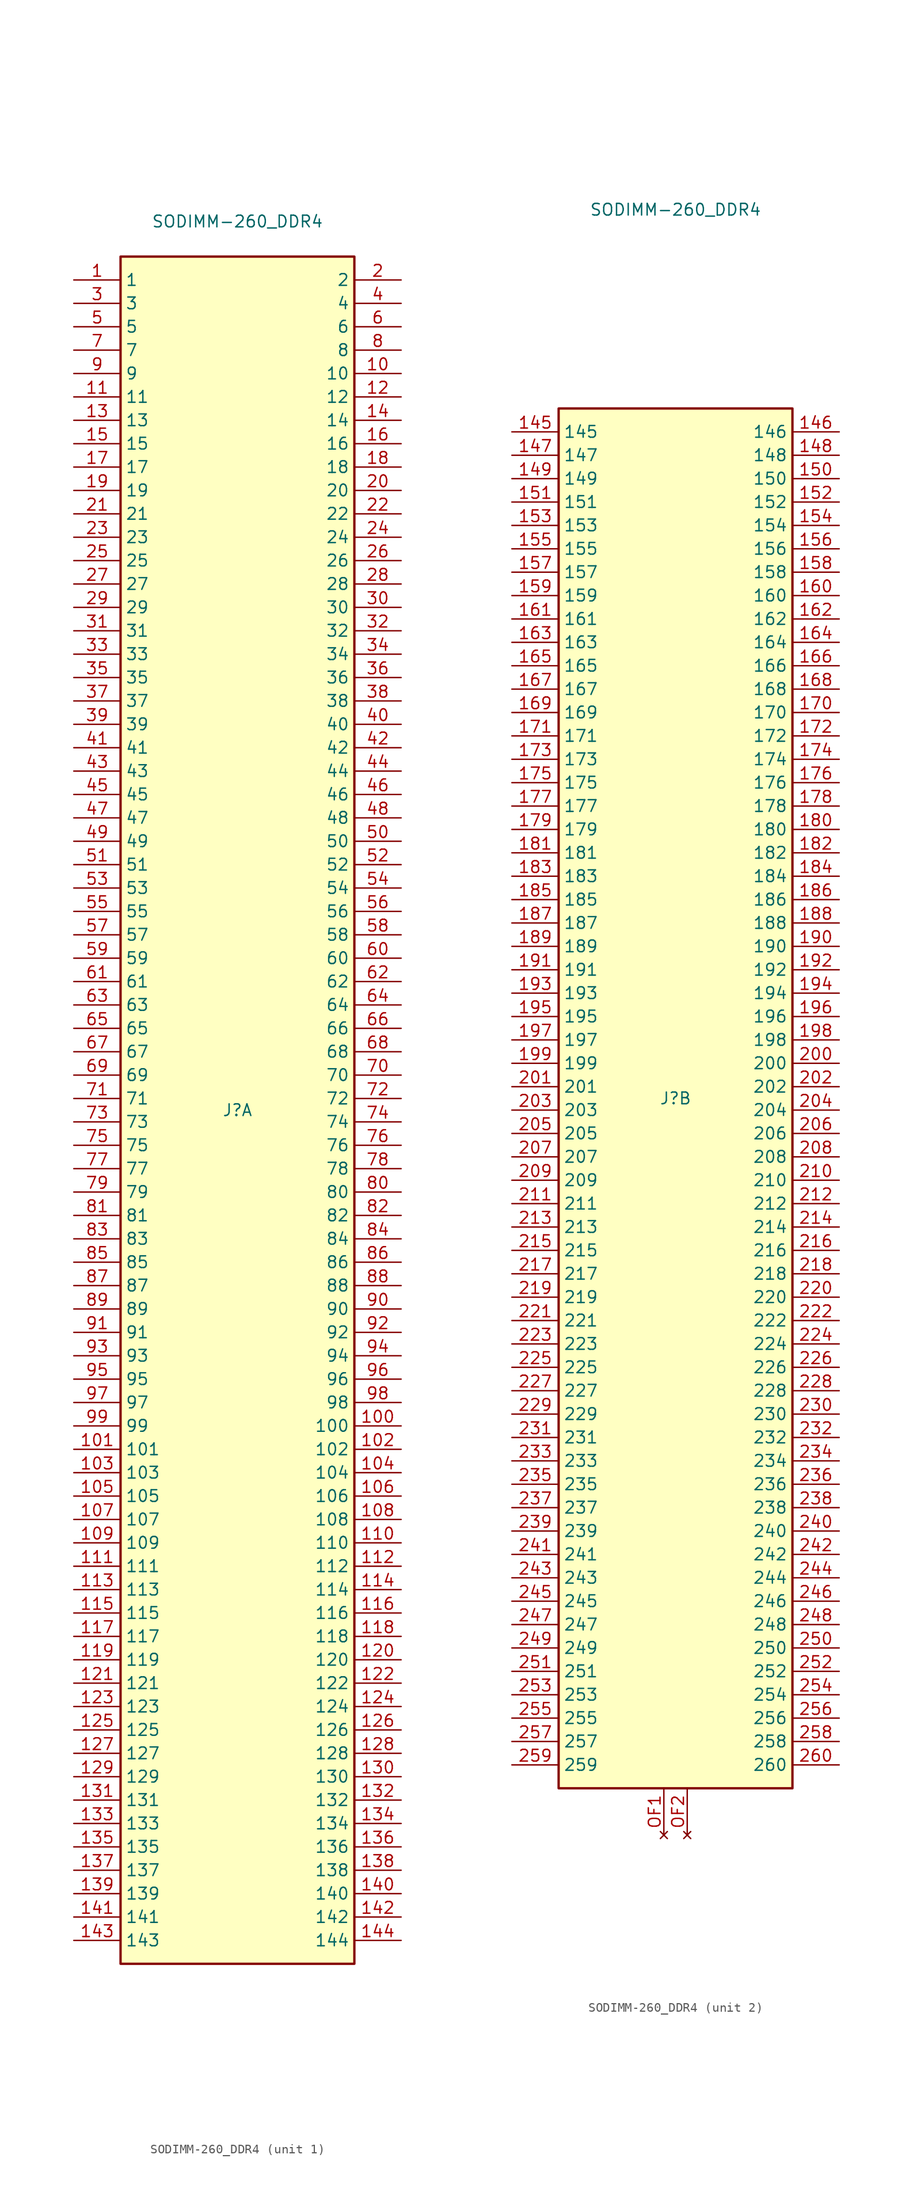
<source format=kicad_sym>
(kicad_symbol_lib
  (version 20231120)
  (generator "kicad_symbol_editor")
  (generator_version "8.0")
  (symbol "SODIMM-260_DDR4"
    (property "Reference" "J"
      (at 0 0 0)
      (effects (font (size 1.27 1.27))))
    (property "Value" "SODIMM-260_DDR4"
      (at 0 96.52 0)
      (effects (font (size 1.27 1.27))))
    (property "ki_locked" ""
      (at 0 0 0)
      (effects (font (size 1.27 1.27))))
    (symbol "SODIMM-260_DDR4_1_1"
      (rectangle (start -12.7 92.71) (end 12.7 -92.71) (stroke (width 0.254) (type default)) (fill (type background)))
      (pin passive line (at -17.78 90.17 0) (length 5.08) (name "1" (effects (font (size 1.27 1.27)))) (number "1" (effects (font (size 1.27 1.27)))))
      (pin passive line (at 17.78 80.01 180) (length 5.08) (name "10" (effects (font (size 1.27 1.27)))) (number "10" (effects (font (size 1.27 1.27)))))
      (pin passive line (at 17.78 -34.29 180) (length 5.08) (name "100" (effects (font (size 1.27 1.27)))) (number "100" (effects (font (size 1.27 1.27)))))
      (pin passive line (at -17.78 -36.83 0) (length 5.08) (name "101" (effects (font (size 1.27 1.27)))) (number "101" (effects (font (size 1.27 1.27)))))
      (pin passive line (at 17.78 -36.83 180) (length 5.08) (name "102" (effects (font (size 1.27 1.27)))) (number "102" (effects (font (size 1.27 1.27)))))
      (pin passive line (at -17.78 -39.37 0) (length 5.08) (name "103" (effects (font (size 1.27 1.27)))) (number "103" (effects (font (size 1.27 1.27)))))
      (pin passive line (at 17.78 -39.37 180) (length 5.08) (name "104" (effects (font (size 1.27 1.27)))) (number "104" (effects (font (size 1.27 1.27)))))
      (pin passive line (at -17.78 -41.91 0) (length 5.08) (name "105" (effects (font (size 1.27 1.27)))) (number "105" (effects (font (size 1.27 1.27)))))
      (pin passive line (at 17.78 -41.91 180) (length 5.08) (name "106" (effects (font (size 1.27 1.27)))) (number "106" (effects (font (size 1.27 1.27)))))
      (pin passive line (at -17.78 -44.45 0) (length 5.08) (name "107" (effects (font (size 1.27 1.27)))) (number "107" (effects (font (size 1.27 1.27)))))
      (pin passive line (at 17.78 -44.45 180) (length 5.08) (name "108" (effects (font (size 1.27 1.27)))) (number "108" (effects (font (size 1.27 1.27)))))
      (pin passive line (at -17.78 -46.99 0) (length 5.08) (name "109" (effects (font (size 1.27 1.27)))) (number "109" (effects (font (size 1.27 1.27)))))
      (pin passive line (at -17.78 77.47 0) (length 5.08) (name "11" (effects (font (size 1.27 1.27)))) (number "11" (effects (font (size 1.27 1.27)))))
      (pin passive line (at 17.78 -46.99 180) (length 5.08) (name "110" (effects (font (size 1.27 1.27)))) (number "110" (effects (font (size 1.27 1.27)))))
      (pin passive line (at -17.78 -49.53 0) (length 5.08) (name "111" (effects (font (size 1.27 1.27)))) (number "111" (effects (font (size 1.27 1.27)))))
      (pin passive line (at 17.78 -49.53 180) (length 5.08) (name "112" (effects (font (size 1.27 1.27)))) (number "112" (effects (font (size 1.27 1.27)))))
      (pin passive line (at -17.78 -52.07 0) (length 5.08) (name "113" (effects (font (size 1.27 1.27)))) (number "113" (effects (font (size 1.27 1.27)))))
      (pin passive line (at 17.78 -52.07 180) (length 5.08) (name "114" (effects (font (size 1.27 1.27)))) (number "114" (effects (font (size 1.27 1.27)))))
      (pin passive line (at -17.78 -54.61 0) (length 5.08) (name "115" (effects (font (size 1.27 1.27)))) (number "115" (effects (font (size 1.27 1.27)))))
      (pin passive line (at 17.78 -54.61 180) (length 5.08) (name "116" (effects (font (size 1.27 1.27)))) (number "116" (effects (font (size 1.27 1.27)))))
      (pin passive line (at -17.78 -57.15 0) (length 5.08) (name "117" (effects (font (size 1.27 1.27)))) (number "117" (effects (font (size 1.27 1.27)))))
      (pin passive line (at 17.78 -57.15 180) (length 5.08) (name "118" (effects (font (size 1.27 1.27)))) (number "118" (effects (font (size 1.27 1.27)))))
      (pin passive line (at -17.78 -59.69 0) (length 5.08) (name "119" (effects (font (size 1.27 1.27)))) (number "119" (effects (font (size 1.27 1.27)))))
      (pin passive line (at 17.78 77.47 180) (length 5.08) (name "12" (effects (font (size 1.27 1.27)))) (number "12" (effects (font (size 1.27 1.27)))))
      (pin passive line (at 17.78 -59.69 180) (length 5.08) (name "120" (effects (font (size 1.27 1.27)))) (number "120" (effects (font (size 1.27 1.27)))))
      (pin passive line (at -17.78 -62.23 0) (length 5.08) (name "121" (effects (font (size 1.27 1.27)))) (number "121" (effects (font (size 1.27 1.27)))))
      (pin passive line (at 17.78 -62.23 180) (length 5.08) (name "122" (effects (font (size 1.27 1.27)))) (number "122" (effects (font (size 1.27 1.27)))))
      (pin passive line (at -17.78 -64.77 0) (length 5.08) (name "123" (effects (font (size 1.27 1.27)))) (number "123" (effects (font (size 1.27 1.27)))))
      (pin passive line (at 17.78 -64.77 180) (length 5.08) (name "124" (effects (font (size 1.27 1.27)))) (number "124" (effects (font (size 1.27 1.27)))))
      (pin passive line (at -17.78 -67.31 0) (length 5.08) (name "125" (effects (font (size 1.27 1.27)))) (number "125" (effects (font (size 1.27 1.27)))))
      (pin passive line (at 17.78 -67.31 180) (length 5.08) (name "126" (effects (font (size 1.27 1.27)))) (number "126" (effects (font (size 1.27 1.27)))))
      (pin passive line (at -17.78 -69.85 0) (length 5.08) (name "127" (effects (font (size 1.27 1.27)))) (number "127" (effects (font (size 1.27 1.27)))))
      (pin passive line (at 17.78 -69.85 180) (length 5.08) (name "128" (effects (font (size 1.27 1.27)))) (number "128" (effects (font (size 1.27 1.27)))))
      (pin passive line (at -17.78 -72.39 0) (length 5.08) (name "129" (effects (font (size 1.27 1.27)))) (number "129" (effects (font (size 1.27 1.27)))))
      (pin passive line (at -17.78 74.93 0) (length 5.08) (name "13" (effects (font (size 1.27 1.27)))) (number "13" (effects (font (size 1.27 1.27)))))
      (pin passive line (at 17.78 -72.39 180) (length 5.08) (name "130" (effects (font (size 1.27 1.27)))) (number "130" (effects (font (size 1.27 1.27)))))
      (pin passive line (at -17.78 -74.93 0) (length 5.08) (name "131" (effects (font (size 1.27 1.27)))) (number "131" (effects (font (size 1.27 1.27)))))
      (pin passive line (at 17.78 -74.93 180) (length 5.08) (name "132" (effects (font (size 1.27 1.27)))) (number "132" (effects (font (size 1.27 1.27)))))
      (pin passive line (at -17.78 -77.47 0) (length 5.08) (name "133" (effects (font (size 1.27 1.27)))) (number "133" (effects (font (size 1.27 1.27)))))
      (pin passive line (at 17.78 -77.47 180) (length 5.08) (name "134" (effects (font (size 1.27 1.27)))) (number "134" (effects (font (size 1.27 1.27)))))
      (pin passive line (at -17.78 -80.01 0) (length 5.08) (name "135" (effects (font (size 1.27 1.27)))) (number "135" (effects (font (size 1.27 1.27)))))
      (pin passive line (at 17.78 -80.01 180) (length 5.08) (name "136" (effects (font (size 1.27 1.27)))) (number "136" (effects (font (size 1.27 1.27)))))
      (pin passive line (at -17.78 -82.55 0) (length 5.08) (name "137" (effects (font (size 1.27 1.27)))) (number "137" (effects (font (size 1.27 1.27)))))
      (pin passive line (at 17.78 -82.55 180) (length 5.08) (name "138" (effects (font (size 1.27 1.27)))) (number "138" (effects (font (size 1.27 1.27)))))
      (pin passive line (at -17.78 -85.09 0) (length 5.08) (name "139" (effects (font (size 1.27 1.27)))) (number "139" (effects (font (size 1.27 1.27)))))
      (pin passive line (at 17.78 74.93 180) (length 5.08) (name "14" (effects (font (size 1.27 1.27)))) (number "14" (effects (font (size 1.27 1.27)))))
      (pin passive line (at 17.78 -85.09 180) (length 5.08) (name "140" (effects (font (size 1.27 1.27)))) (number "140" (effects (font (size 1.27 1.27)))))
      (pin passive line (at -17.78 -87.63 0) (length 5.08) (name "141" (effects (font (size 1.27 1.27)))) (number "141" (effects (font (size 1.27 1.27)))))
      (pin passive line (at 17.78 -87.63 180) (length 5.08) (name "142" (effects (font (size 1.27 1.27)))) (number "142" (effects (font (size 1.27 1.27)))))
      (pin passive line (at -17.78 -90.17 0) (length 5.08) (name "143" (effects (font (size 1.27 1.27)))) (number "143" (effects (font (size 1.27 1.27)))))
      (pin passive line (at 17.78 -90.17 180) (length 5.08) (name "144" (effects (font (size 1.27 1.27)))) (number "144" (effects (font (size 1.27 1.27)))))
      (pin passive line (at -17.78 72.39 0) (length 5.08) (name "15" (effects (font (size 1.27 1.27)))) (number "15" (effects (font (size 1.27 1.27)))))
      (pin passive line (at 17.78 72.39 180) (length 5.08) (name "16" (effects (font (size 1.27 1.27)))) (number "16" (effects (font (size 1.27 1.27)))))
      (pin passive line (at -17.78 69.85 0) (length 5.08) (name "17" (effects (font (size 1.27 1.27)))) (number "17" (effects (font (size 1.27 1.27)))))
      (pin passive line (at 17.78 69.85 180) (length 5.08) (name "18" (effects (font (size 1.27 1.27)))) (number "18" (effects (font (size 1.27 1.27)))))
      (pin passive line (at -17.78 67.31 0) (length 5.08) (name "19" (effects (font (size 1.27 1.27)))) (number "19" (effects (font (size 1.27 1.27)))))
      (pin passive line (at 17.78 90.17 180) (length 5.08) (name "2" (effects (font (size 1.27 1.27)))) (number "2" (effects (font (size 1.27 1.27)))))
      (pin passive line (at 17.78 67.31 180) (length 5.08) (name "20" (effects (font (size 1.27 1.27)))) (number "20" (effects (font (size 1.27 1.27)))))
      (pin passive line (at -17.78 64.77 0) (length 5.08) (name "21" (effects (font (size 1.27 1.27)))) (number "21" (effects (font (size 1.27 1.27)))))
      (pin passive line (at 17.78 64.77 180) (length 5.08) (name "22" (effects (font (size 1.27 1.27)))) (number "22" (effects (font (size 1.27 1.27)))))
      (pin passive line (at -17.78 62.23 0) (length 5.08) (name "23" (effects (font (size 1.27 1.27)))) (number "23" (effects (font (size 1.27 1.27)))))
      (pin passive line (at 17.78 62.23 180) (length 5.08) (name "24" (effects (font (size 1.27 1.27)))) (number "24" (effects (font (size 1.27 1.27)))))
      (pin passive line (at -17.78 59.69 0) (length 5.08) (name "25" (effects (font (size 1.27 1.27)))) (number "25" (effects (font (size 1.27 1.27)))))
      (pin passive line (at 17.78 59.69 180) (length 5.08) (name "26" (effects (font (size 1.27 1.27)))) (number "26" (effects (font (size 1.27 1.27)))))
      (pin passive line (at -17.78 57.15 0) (length 5.08) (name "27" (effects (font (size 1.27 1.27)))) (number "27" (effects (font (size 1.27 1.27)))))
      (pin passive line (at 17.78 57.15 180) (length 5.08) (name "28" (effects (font (size 1.27 1.27)))) (number "28" (effects (font (size 1.27 1.27)))))
      (pin passive line (at -17.78 54.61 0) (length 5.08) (name "29" (effects (font (size 1.27 1.27)))) (number "29" (effects (font (size 1.27 1.27)))))
      (pin passive line (at -17.78 87.63 0) (length 5.08) (name "3" (effects (font (size 1.27 1.27)))) (number "3" (effects (font (size 1.27 1.27)))))
      (pin passive line (at 17.78 54.61 180) (length 5.08) (name "30" (effects (font (size 1.27 1.27)))) (number "30" (effects (font (size 1.27 1.27)))))
      (pin passive line (at -17.78 52.07 0) (length 5.08) (name "31" (effects (font (size 1.27 1.27)))) (number "31" (effects (font (size 1.27 1.27)))))
      (pin passive line (at 17.78 52.07 180) (length 5.08) (name "32" (effects (font (size 1.27 1.27)))) (number "32" (effects (font (size 1.27 1.27)))))
      (pin passive line (at -17.78 49.53 0) (length 5.08) (name "33" (effects (font (size 1.27 1.27)))) (number "33" (effects (font (size 1.27 1.27)))))
      (pin passive line (at 17.78 49.53 180) (length 5.08) (name "34" (effects (font (size 1.27 1.27)))) (number "34" (effects (font (size 1.27 1.27)))))
      (pin passive line (at -17.78 46.99 0) (length 5.08) (name "35" (effects (font (size 1.27 1.27)))) (number "35" (effects (font (size 1.27 1.27)))))
      (pin passive line (at 17.78 46.99 180) (length 5.08) (name "36" (effects (font (size 1.27 1.27)))) (number "36" (effects (font (size 1.27 1.27)))))
      (pin passive line (at -17.78 44.45 0) (length 5.08) (name "37" (effects (font (size 1.27 1.27)))) (number "37" (effects (font (size 1.27 1.27)))))
      (pin passive line (at 17.78 44.45 180) (length 5.08) (name "38" (effects (font (size 1.27 1.27)))) (number "38" (effects (font (size 1.27 1.27)))))
      (pin passive line (at -17.78 41.91 0) (length 5.08) (name "39" (effects (font (size 1.27 1.27)))) (number "39" (effects (font (size 1.27 1.27)))))
      (pin passive line (at 17.78 87.63 180) (length 5.08) (name "4" (effects (font (size 1.27 1.27)))) (number "4" (effects (font (size 1.27 1.27)))))
      (pin passive line (at 17.78 41.91 180) (length 5.08) (name "40" (effects (font (size 1.27 1.27)))) (number "40" (effects (font (size 1.27 1.27)))))
      (pin passive line (at -17.78 39.37 0) (length 5.08) (name "41" (effects (font (size 1.27 1.27)))) (number "41" (effects (font (size 1.27 1.27)))))
      (pin passive line (at 17.78 39.37 180) (length 5.08) (name "42" (effects (font (size 1.27 1.27)))) (number "42" (effects (font (size 1.27 1.27)))))
      (pin passive line (at -17.78 36.83 0) (length 5.08) (name "43" (effects (font (size 1.27 1.27)))) (number "43" (effects (font (size 1.27 1.27)))))
      (pin passive line (at 17.78 36.83 180) (length 5.08) (name "44" (effects (font (size 1.27 1.27)))) (number "44" (effects (font (size 1.27 1.27)))))
      (pin passive line (at -17.78 34.29 0) (length 5.08) (name "45" (effects (font (size 1.27 1.27)))) (number "45" (effects (font (size 1.27 1.27)))))
      (pin passive line (at 17.78 34.29 180) (length 5.08) (name "46" (effects (font (size 1.27 1.27)))) (number "46" (effects (font (size 1.27 1.27)))))
      (pin passive line (at -17.78 31.75 0) (length 5.08) (name "47" (effects (font (size 1.27 1.27)))) (number "47" (effects (font (size 1.27 1.27)))))
      (pin passive line (at 17.78 31.75 180) (length 5.08) (name "48" (effects (font (size 1.27 1.27)))) (number "48" (effects (font (size 1.27 1.27)))))
      (pin passive line (at -17.78 29.21 0) (length 5.08) (name "49" (effects (font (size 1.27 1.27)))) (number "49" (effects (font (size 1.27 1.27)))))
      (pin passive line (at -17.78 85.09 0) (length 5.08) (name "5" (effects (font (size 1.27 1.27)))) (number "5" (effects (font (size 1.27 1.27)))))
      (pin passive line (at 17.78 29.21 180) (length 5.08) (name "50" (effects (font (size 1.27 1.27)))) (number "50" (effects (font (size 1.27 1.27)))))
      (pin passive line (at -17.78 26.67 0) (length 5.08) (name "51" (effects (font (size 1.27 1.27)))) (number "51" (effects (font (size 1.27 1.27)))))
      (pin passive line (at 17.78 26.67 180) (length 5.08) (name "52" (effects (font (size 1.27 1.27)))) (number "52" (effects (font (size 1.27 1.27)))))
      (pin passive line (at -17.78 24.13 0) (length 5.08) (name "53" (effects (font (size 1.27 1.27)))) (number "53" (effects (font (size 1.27 1.27)))))
      (pin passive line (at 17.78 24.13 180) (length 5.08) (name "54" (effects (font (size 1.27 1.27)))) (number "54" (effects (font (size 1.27 1.27)))))
      (pin passive line (at -17.78 21.59 0) (length 5.08) (name "55" (effects (font (size 1.27 1.27)))) (number "55" (effects (font (size 1.27 1.27)))))
      (pin passive line (at 17.78 21.59 180) (length 5.08) (name "56" (effects (font (size 1.27 1.27)))) (number "56" (effects (font (size 1.27 1.27)))))
      (pin passive line (at -17.78 19.05 0) (length 5.08) (name "57" (effects (font (size 1.27 1.27)))) (number "57" (effects (font (size 1.27 1.27)))))
      (pin passive line (at 17.78 19.05 180) (length 5.08) (name "58" (effects (font (size 1.27 1.27)))) (number "58" (effects (font (size 1.27 1.27)))))
      (pin passive line (at -17.78 16.51 0) (length 5.08) (name "59" (effects (font (size 1.27 1.27)))) (number "59" (effects (font (size 1.27 1.27)))))
      (pin passive line (at 17.78 85.09 180) (length 5.08) (name "6" (effects (font (size 1.27 1.27)))) (number "6" (effects (font (size 1.27 1.27)))))
      (pin passive line (at 17.78 16.51 180) (length 5.08) (name "60" (effects (font (size 1.27 1.27)))) (number "60" (effects (font (size 1.27 1.27)))))
      (pin passive line (at -17.78 13.97 0) (length 5.08) (name "61" (effects (font (size 1.27 1.27)))) (number "61" (effects (font (size 1.27 1.27)))))
      (pin passive line (at 17.78 13.97 180) (length 5.08) (name "62" (effects (font (size 1.27 1.27)))) (number "62" (effects (font (size 1.27 1.27)))))
      (pin passive line (at -17.78 11.43 0) (length 5.08) (name "63" (effects (font (size 1.27 1.27)))) (number "63" (effects (font (size 1.27 1.27)))))
      (pin passive line (at 17.78 11.43 180) (length 5.08) (name "64" (effects (font (size 1.27 1.27)))) (number "64" (effects (font (size 1.27 1.27)))))
      (pin passive line (at -17.78 8.89 0) (length 5.08) (name "65" (effects (font (size 1.27 1.27)))) (number "65" (effects (font (size 1.27 1.27)))))
      (pin passive line (at 17.78 8.89 180) (length 5.08) (name "66" (effects (font (size 1.27 1.27)))) (number "66" (effects (font (size 1.27 1.27)))))
      (pin passive line (at -17.78 6.35 0) (length 5.08) (name "67" (effects (font (size 1.27 1.27)))) (number "67" (effects (font (size 1.27 1.27)))))
      (pin passive line (at 17.78 6.35 180) (length 5.08) (name "68" (effects (font (size 1.27 1.27)))) (number "68" (effects (font (size 1.27 1.27)))))
      (pin passive line (at -17.78 3.81 0) (length 5.08) (name "69" (effects (font (size 1.27 1.27)))) (number "69" (effects (font (size 1.27 1.27)))))
      (pin passive line (at -17.78 82.55 0) (length 5.08) (name "7" (effects (font (size 1.27 1.27)))) (number "7" (effects (font (size 1.27 1.27)))))
      (pin passive line (at 17.78 3.81 180) (length 5.08) (name "70" (effects (font (size 1.27 1.27)))) (number "70" (effects (font (size 1.27 1.27)))))
      (pin passive line (at -17.78 1.27 0) (length 5.08) (name "71" (effects (font (size 1.27 1.27)))) (number "71" (effects (font (size 1.27 1.27)))))
      (pin passive line (at 17.78 1.27 180) (length 5.08) (name "72" (effects (font (size 1.27 1.27)))) (number "72" (effects (font (size 1.27 1.27)))))
      (pin passive line (at -17.78 -1.27 0) (length 5.08) (name "73" (effects (font (size 1.27 1.27)))) (number "73" (effects (font (size 1.27 1.27)))))
      (pin passive line (at 17.78 -1.27 180) (length 5.08) (name "74" (effects (font (size 1.27 1.27)))) (number "74" (effects (font (size 1.27 1.27)))))
      (pin passive line (at -17.78 -3.81 0) (length 5.08) (name "75" (effects (font (size 1.27 1.27)))) (number "75" (effects (font (size 1.27 1.27)))))
      (pin passive line (at 17.78 -3.81 180) (length 5.08) (name "76" (effects (font (size 1.27 1.27)))) (number "76" (effects (font (size 1.27 1.27)))))
      (pin passive line (at -17.78 -6.35 0) (length 5.08) (name "77" (effects (font (size 1.27 1.27)))) (number "77" (effects (font (size 1.27 1.27)))))
      (pin passive line (at 17.78 -6.35 180) (length 5.08) (name "78" (effects (font (size 1.27 1.27)))) (number "78" (effects (font (size 1.27 1.27)))))
      (pin passive line (at -17.78 -8.89 0) (length 5.08) (name "79" (effects (font (size 1.27 1.27)))) (number "79" (effects (font (size 1.27 1.27)))))
      (pin passive line (at 17.78 82.55 180) (length 5.08) (name "8" (effects (font (size 1.27 1.27)))) (number "8" (effects (font (size 1.27 1.27)))))
      (pin passive line (at 17.78 -8.89 180) (length 5.08) (name "80" (effects (font (size 1.27 1.27)))) (number "80" (effects (font (size 1.27 1.27)))))
      (pin passive line (at -17.78 -11.43 0) (length 5.08) (name "81" (effects (font (size 1.27 1.27)))) (number "81" (effects (font (size 1.27 1.27)))))
      (pin passive line (at 17.78 -11.43 180) (length 5.08) (name "82" (effects (font (size 1.27 1.27)))) (number "82" (effects (font (size 1.27 1.27)))))
      (pin passive line (at -17.78 -13.97 0) (length 5.08) (name "83" (effects (font (size 1.27 1.27)))) (number "83" (effects (font (size 1.27 1.27)))))
      (pin passive line (at 17.78 -13.97 180) (length 5.08) (name "84" (effects (font (size 1.27 1.27)))) (number "84" (effects (font (size 1.27 1.27)))))
      (pin passive line (at -17.78 -16.51 0) (length 5.08) (name "85" (effects (font (size 1.27 1.27)))) (number "85" (effects (font (size 1.27 1.27)))))
      (pin passive line (at 17.78 -16.51 180) (length 5.08) (name "86" (effects (font (size 1.27 1.27)))) (number "86" (effects (font (size 1.27 1.27)))))
      (pin passive line (at -17.78 -19.05 0) (length 5.08) (name "87" (effects (font (size 1.27 1.27)))) (number "87" (effects (font (size 1.27 1.27)))))
      (pin passive line (at 17.78 -19.05 180) (length 5.08) (name "88" (effects (font (size 1.27 1.27)))) (number "88" (effects (font (size 1.27 1.27)))))
      (pin passive line (at -17.78 -21.59 0) (length 5.08) (name "89" (effects (font (size 1.27 1.27)))) (number "89" (effects (font (size 1.27 1.27)))))
      (pin passive line (at -17.78 80.01 0) (length 5.08) (name "9" (effects (font (size 1.27 1.27)))) (number "9" (effects (font (size 1.27 1.27)))))
      (pin passive line (at 17.78 -21.59 180) (length 5.08) (name "90" (effects (font (size 1.27 1.27)))) (number "90" (effects (font (size 1.27 1.27)))))
      (pin passive line (at -17.78 -24.13 0) (length 5.08) (name "91" (effects (font (size 1.27 1.27)))) (number "91" (effects (font (size 1.27 1.27)))))
      (pin passive line (at 17.78 -24.13 180) (length 5.08) (name "92" (effects (font (size 1.27 1.27)))) (number "92" (effects (font (size 1.27 1.27)))))
      (pin passive line (at -17.78 -26.67 0) (length 5.08) (name "93" (effects (font (size 1.27 1.27)))) (number "93" (effects (font (size 1.27 1.27)))))
      (pin passive line (at 17.78 -26.67 180) (length 5.08) (name "94" (effects (font (size 1.27 1.27)))) (number "94" (effects (font (size 1.27 1.27)))))
      (pin passive line (at -17.78 -29.21 0) (length 5.08) (name "95" (effects (font (size 1.27 1.27)))) (number "95" (effects (font (size 1.27 1.27)))))
      (pin passive line (at 17.78 -29.21 180) (length 5.08) (name "96" (effects (font (size 1.27 1.27)))) (number "96" (effects (font (size 1.27 1.27)))))
      (pin passive line (at -17.78 -31.75 0) (length 5.08) (name "97" (effects (font (size 1.27 1.27)))) (number "97" (effects (font (size 1.27 1.27)))))
      (pin passive line (at 17.78 -31.75 180) (length 5.08) (name "98" (effects (font (size 1.27 1.27)))) (number "98" (effects (font (size 1.27 1.27)))))
      (pin passive line (at -17.78 -34.29 0) (length 5.08) (name "99" (effects (font (size 1.27 1.27)))) (number "99" (effects (font (size 1.27 1.27))))))
    (symbol "SODIMM-260_DDR4_2_1"
      (rectangle (start -12.7 74.93) (end 12.7 -74.93) (stroke (width 0.254) (type default)) (fill (type background)))
      (pin passive line (at -17.78 72.39 0) (length 5.08) (name "145" (effects (font (size 1.27 1.27)))) (number "145" (effects (font (size 1.27 1.27)))))
      (pin passive line (at 17.78 72.39 180) (length 5.08) (name "146" (effects (font (size 1.27 1.27)))) (number "146" (effects (font (size 1.27 1.27)))))
      (pin passive line (at -17.78 69.85 0) (length 5.08) (name "147" (effects (font (size 1.27 1.27)))) (number "147" (effects (font (size 1.27 1.27)))))
      (pin passive line (at 17.78 69.85 180) (length 5.08) (name "148" (effects (font (size 1.27 1.27)))) (number "148" (effects (font (size 1.27 1.27)))))
      (pin passive line (at -17.78 67.31 0) (length 5.08) (name "149" (effects (font (size 1.27 1.27)))) (number "149" (effects (font (size 1.27 1.27)))))
      (pin passive line (at 17.78 67.31 180) (length 5.08) (name "150" (effects (font (size 1.27 1.27)))) (number "150" (effects (font (size 1.27 1.27)))))
      (pin passive line (at -17.78 64.77 0) (length 5.08) (name "151" (effects (font (size 1.27 1.27)))) (number "151" (effects (font (size 1.27 1.27)))))
      (pin passive line (at 17.78 64.77 180) (length 5.08) (name "152" (effects (font (size 1.27 1.27)))) (number "152" (effects (font (size 1.27 1.27)))))
      (pin passive line (at -17.78 62.23 0) (length 5.08) (name "153" (effects (font (size 1.27 1.27)))) (number "153" (effects (font (size 1.27 1.27)))))
      (pin passive line (at 17.78 62.23 180) (length 5.08) (name "154" (effects (font (size 1.27 1.27)))) (number "154" (effects (font (size 1.27 1.27)))))
      (pin passive line (at -17.78 59.69 0) (length 5.08) (name "155" (effects (font (size 1.27 1.27)))) (number "155" (effects (font (size 1.27 1.27)))))
      (pin passive line (at 17.78 59.69 180) (length 5.08) (name "156" (effects (font (size 1.27 1.27)))) (number "156" (effects (font (size 1.27 1.27)))))
      (pin passive line (at -17.78 57.15 0) (length 5.08) (name "157" (effects (font (size 1.27 1.27)))) (number "157" (effects (font (size 1.27 1.27)))))
      (pin passive line (at 17.78 57.15 180) (length 5.08) (name "158" (effects (font (size 1.27 1.27)))) (number "158" (effects (font (size 1.27 1.27)))))
      (pin passive line (at -17.78 54.61 0) (length 5.08) (name "159" (effects (font (size 1.27 1.27)))) (number "159" (effects (font (size 1.27 1.27)))))
      (pin passive line (at 17.78 54.61 180) (length 5.08) (name "160" (effects (font (size 1.27 1.27)))) (number "160" (effects (font (size 1.27 1.27)))))
      (pin passive line (at -17.78 52.07 0) (length 5.08) (name "161" (effects (font (size 1.27 1.27)))) (number "161" (effects (font (size 1.27 1.27)))))
      (pin passive line (at 17.78 52.07 180) (length 5.08) (name "162" (effects (font (size 1.27 1.27)))) (number "162" (effects (font (size 1.27 1.27)))))
      (pin passive line (at -17.78 49.53 0) (length 5.08) (name "163" (effects (font (size 1.27 1.27)))) (number "163" (effects (font (size 1.27 1.27)))))
      (pin passive line (at 17.78 49.53 180) (length 5.08) (name "164" (effects (font (size 1.27 1.27)))) (number "164" (effects (font (size 1.27 1.27)))))
      (pin passive line (at -17.78 46.99 0) (length 5.08) (name "165" (effects (font (size 1.27 1.27)))) (number "165" (effects (font (size 1.27 1.27)))))
      (pin passive line (at 17.78 46.99 180) (length 5.08) (name "166" (effects (font (size 1.27 1.27)))) (number "166" (effects (font (size 1.27 1.27)))))
      (pin passive line (at -17.78 44.45 0) (length 5.08) (name "167" (effects (font (size 1.27 1.27)))) (number "167" (effects (font (size 1.27 1.27)))))
      (pin passive line (at 17.78 44.45 180) (length 5.08) (name "168" (effects (font (size 1.27 1.27)))) (number "168" (effects (font (size 1.27 1.27)))))
      (pin passive line (at -17.78 41.91 0) (length 5.08) (name "169" (effects (font (size 1.27 1.27)))) (number "169" (effects (font (size 1.27 1.27)))))
      (pin passive line (at 17.78 41.91 180) (length 5.08) (name "170" (effects (font (size 1.27 1.27)))) (number "170" (effects (font (size 1.27 1.27)))))
      (pin passive line (at -17.78 39.37 0) (length 5.08) (name "171" (effects (font (size 1.27 1.27)))) (number "171" (effects (font (size 1.27 1.27)))))
      (pin passive line (at 17.78 39.37 180) (length 5.08) (name "172" (effects (font (size 1.27 1.27)))) (number "172" (effects (font (size 1.27 1.27)))))
      (pin passive line (at -17.78 36.83 0) (length 5.08) (name "173" (effects (font (size 1.27 1.27)))) (number "173" (effects (font (size 1.27 1.27)))))
      (pin passive line (at 17.78 36.83 180) (length 5.08) (name "174" (effects (font (size 1.27 1.27)))) (number "174" (effects (font (size 1.27 1.27)))))
      (pin passive line (at -17.78 34.29 0) (length 5.08) (name "175" (effects (font (size 1.27 1.27)))) (number "175" (effects (font (size 1.27 1.27)))))
      (pin passive line (at 17.78 34.29 180) (length 5.08) (name "176" (effects (font (size 1.27 1.27)))) (number "176" (effects (font (size 1.27 1.27)))))
      (pin passive line (at -17.78 31.75 0) (length 5.08) (name "177" (effects (font (size 1.27 1.27)))) (number "177" (effects (font (size 1.27 1.27)))))
      (pin passive line (at 17.78 31.75 180) (length 5.08) (name "178" (effects (font (size 1.27 1.27)))) (number "178" (effects (font (size 1.27 1.27)))))
      (pin passive line (at -17.78 29.21 0) (length 5.08) (name "179" (effects (font (size 1.27 1.27)))) (number "179" (effects (font (size 1.27 1.27)))))
      (pin passive line (at 17.78 29.21 180) (length 5.08) (name "180" (effects (font (size 1.27 1.27)))) (number "180" (effects (font (size 1.27 1.27)))))
      (pin passive line (at -17.78 26.67 0) (length 5.08) (name "181" (effects (font (size 1.27 1.27)))) (number "181" (effects (font (size 1.27 1.27)))))
      (pin passive line (at 17.78 26.67 180) (length 5.08) (name "182" (effects (font (size 1.27 1.27)))) (number "182" (effects (font (size 1.27 1.27)))))
      (pin passive line (at -17.78 24.13 0) (length 5.08) (name "183" (effects (font (size 1.27 1.27)))) (number "183" (effects (font (size 1.27 1.27)))))
      (pin passive line (at 17.78 24.13 180) (length 5.08) (name "184" (effects (font (size 1.27 1.27)))) (number "184" (effects (font (size 1.27 1.27)))))
      (pin passive line (at -17.78 21.59 0) (length 5.08) (name "185" (effects (font (size 1.27 1.27)))) (number "185" (effects (font (size 1.27 1.27)))))
      (pin passive line (at 17.78 21.59 180) (length 5.08) (name "186" (effects (font (size 1.27 1.27)))) (number "186" (effects (font (size 1.27 1.27)))))
      (pin passive line (at -17.78 19.05 0) (length 5.08) (name "187" (effects (font (size 1.27 1.27)))) (number "187" (effects (font (size 1.27 1.27)))))
      (pin passive line (at 17.78 19.05 180) (length 5.08) (name "188" (effects (font (size 1.27 1.27)))) (number "188" (effects (font (size 1.27 1.27)))))
      (pin passive line (at -17.78 16.51 0) (length 5.08) (name "189" (effects (font (size 1.27 1.27)))) (number "189" (effects (font (size 1.27 1.27)))))
      (pin passive line (at 17.78 16.51 180) (length 5.08) (name "190" (effects (font (size 1.27 1.27)))) (number "190" (effects (font (size 1.27 1.27)))))
      (pin passive line (at -17.78 13.97 0) (length 5.08) (name "191" (effects (font (size 1.27 1.27)))) (number "191" (effects (font (size 1.27 1.27)))))
      (pin passive line (at 17.78 13.97 180) (length 5.08) (name "192" (effects (font (size 1.27 1.27)))) (number "192" (effects (font (size 1.27 1.27)))))
      (pin passive line (at -17.78 11.43 0) (length 5.08) (name "193" (effects (font (size 1.27 1.27)))) (number "193" (effects (font (size 1.27 1.27)))))
      (pin passive line (at 17.78 11.43 180) (length 5.08) (name "194" (effects (font (size 1.27 1.27)))) (number "194" (effects (font (size 1.27 1.27)))))
      (pin passive line (at -17.78 8.89 0) (length 5.08) (name "195" (effects (font (size 1.27 1.27)))) (number "195" (effects (font (size 1.27 1.27)))))
      (pin passive line (at 17.78 8.89 180) (length 5.08) (name "196" (effects (font (size 1.27 1.27)))) (number "196" (effects (font (size 1.27 1.27)))))
      (pin passive line (at -17.78 6.35 0) (length 5.08) (name "197" (effects (font (size 1.27 1.27)))) (number "197" (effects (font (size 1.27 1.27)))))
      (pin passive line (at 17.78 6.35 180) (length 5.08) (name "198" (effects (font (size 1.27 1.27)))) (number "198" (effects (font (size 1.27 1.27)))))
      (pin passive line (at -17.78 3.81 0) (length 5.08) (name "199" (effects (font (size 1.27 1.27)))) (number "199" (effects (font (size 1.27 1.27)))))
      (pin passive line (at 17.78 3.81 180) (length 5.08) (name "200" (effects (font (size 1.27 1.27)))) (number "200" (effects (font (size 1.27 1.27)))))
      (pin passive line (at -17.78 1.27 0) (length 5.08) (name "201" (effects (font (size 1.27 1.27)))) (number "201" (effects (font (size 1.27 1.27)))))
      (pin passive line (at 17.78 1.27 180) (length 5.08) (name "202" (effects (font (size 1.27 1.27)))) (number "202" (effects (font (size 1.27 1.27)))))
      (pin passive line (at -17.78 -1.27 0) (length 5.08) (name "203" (effects (font (size 1.27 1.27)))) (number "203" (effects (font (size 1.27 1.27)))))
      (pin passive line (at 17.78 -1.27 180) (length 5.08) (name "204" (effects (font (size 1.27 1.27)))) (number "204" (effects (font (size 1.27 1.27)))))
      (pin passive line (at -17.78 -3.81 0) (length 5.08) (name "205" (effects (font (size 1.27 1.27)))) (number "205" (effects (font (size 1.27 1.27)))))
      (pin passive line (at 17.78 -3.81 180) (length 5.08) (name "206" (effects (font (size 1.27 1.27)))) (number "206" (effects (font (size 1.27 1.27)))))
      (pin passive line (at -17.78 -6.35 0) (length 5.08) (name "207" (effects (font (size 1.27 1.27)))) (number "207" (effects (font (size 1.27 1.27)))))
      (pin passive line (at 17.78 -6.35 180) (length 5.08) (name "208" (effects (font (size 1.27 1.27)))) (number "208" (effects (font (size 1.27 1.27)))))
      (pin passive line (at -17.78 -8.89 0) (length 5.08) (name "209" (effects (font (size 1.27 1.27)))) (number "209" (effects (font (size 1.27 1.27)))))
      (pin passive line (at 17.78 -8.89 180) (length 5.08) (name "210" (effects (font (size 1.27 1.27)))) (number "210" (effects (font (size 1.27 1.27)))))
      (pin passive line (at -17.78 -11.43 0) (length 5.08) (name "211" (effects (font (size 1.27 1.27)))) (number "211" (effects (font (size 1.27 1.27)))))
      (pin passive line (at 17.78 -11.43 180) (length 5.08) (name "212" (effects (font (size 1.27 1.27)))) (number "212" (effects (font (size 1.27 1.27)))))
      (pin passive line (at -17.78 -13.97 0) (length 5.08) (name "213" (effects (font (size 1.27 1.27)))) (number "213" (effects (font (size 1.27 1.27)))))
      (pin passive line (at 17.78 -13.97 180) (length 5.08) (name "214" (effects (font (size 1.27 1.27)))) (number "214" (effects (font (size 1.27 1.27)))))
      (pin passive line (at -17.78 -16.51 0) (length 5.08) (name "215" (effects (font (size 1.27 1.27)))) (number "215" (effects (font (size 1.27 1.27)))))
      (pin passive line (at 17.78 -16.51 180) (length 5.08) (name "216" (effects (font (size 1.27 1.27)))) (number "216" (effects (font (size 1.27 1.27)))))
      (pin passive line (at -17.78 -19.05 0) (length 5.08) (name "217" (effects (font (size 1.27 1.27)))) (number "217" (effects (font (size 1.27 1.27)))))
      (pin passive line (at 17.78 -19.05 180) (length 5.08) (name "218" (effects (font (size 1.27 1.27)))) (number "218" (effects (font (size 1.27 1.27)))))
      (pin passive line (at -17.78 -21.59 0) (length 5.08) (name "219" (effects (font (size 1.27 1.27)))) (number "219" (effects (font (size 1.27 1.27)))))
      (pin passive line (at 17.78 -21.59 180) (length 5.08) (name "220" (effects (font (size 1.27 1.27)))) (number "220" (effects (font (size 1.27 1.27)))))
      (pin passive line (at -17.78 -24.13 0) (length 5.08) (name "221" (effects (font (size 1.27 1.27)))) (number "221" (effects (font (size 1.27 1.27)))))
      (pin passive line (at 17.78 -24.13 180) (length 5.08) (name "222" (effects (font (size 1.27 1.27)))) (number "222" (effects (font (size 1.27 1.27)))))
      (pin passive line (at -17.78 -26.67 0) (length 5.08) (name "223" (effects (font (size 1.27 1.27)))) (number "223" (effects (font (size 1.27 1.27)))))
      (pin passive line (at 17.78 -26.67 180) (length 5.08) (name "224" (effects (font (size 1.27 1.27)))) (number "224" (effects (font (size 1.27 1.27)))))
      (pin passive line (at -17.78 -29.21 0) (length 5.08) (name "225" (effects (font (size 1.27 1.27)))) (number "225" (effects (font (size 1.27 1.27)))))
      (pin passive line (at 17.78 -29.21 180) (length 5.08) (name "226" (effects (font (size 1.27 1.27)))) (number "226" (effects (font (size 1.27 1.27)))))
      (pin passive line (at -17.78 -31.75 0) (length 5.08) (name "227" (effects (font (size 1.27 1.27)))) (number "227" (effects (font (size 1.27 1.27)))))
      (pin passive line (at 17.78 -31.75 180) (length 5.08) (name "228" (effects (font (size 1.27 1.27)))) (number "228" (effects (font (size 1.27 1.27)))))
      (pin passive line (at -17.78 -34.29 0) (length 5.08) (name "229" (effects (font (size 1.27 1.27)))) (number "229" (effects (font (size 1.27 1.27)))))
      (pin passive line (at 17.78 -34.29 180) (length 5.08) (name "230" (effects (font (size 1.27 1.27)))) (number "230" (effects (font (size 1.27 1.27)))))
      (pin passive line (at -17.78 -36.83 0) (length 5.08) (name "231" (effects (font (size 1.27 1.27)))) (number "231" (effects (font (size 1.27 1.27)))))
      (pin passive line (at 17.78 -36.83 180) (length 5.08) (name "232" (effects (font (size 1.27 1.27)))) (number "232" (effects (font (size 1.27 1.27)))))
      (pin passive line (at -17.78 -39.37 0) (length 5.08) (name "233" (effects (font (size 1.27 1.27)))) (number "233" (effects (font (size 1.27 1.27)))))
      (pin passive line (at 17.78 -39.37 180) (length 5.08) (name "234" (effects (font (size 1.27 1.27)))) (number "234" (effects (font (size 1.27 1.27)))))
      (pin passive line (at -17.78 -41.91 0) (length 5.08) (name "235" (effects (font (size 1.27 1.27)))) (number "235" (effects (font (size 1.27 1.27)))))
      (pin passive line (at 17.78 -41.91 180) (length 5.08) (name "236" (effects (font (size 1.27 1.27)))) (number "236" (effects (font (size 1.27 1.27)))))
      (pin passive line (at -17.78 -44.45 0) (length 5.08) (name "237" (effects (font (size 1.27 1.27)))) (number "237" (effects (font (size 1.27 1.27)))))
      (pin passive line (at 17.78 -44.45 180) (length 5.08) (name "238" (effects (font (size 1.27 1.27)))) (number "238" (effects (font (size 1.27 1.27)))))
      (pin passive line (at -17.78 -46.99 0) (length 5.08) (name "239" (effects (font (size 1.27 1.27)))) (number "239" (effects (font (size 1.27 1.27)))))
      (pin passive line (at 17.78 -46.99 180) (length 5.08) (name "240" (effects (font (size 1.27 1.27)))) (number "240" (effects (font (size 1.27 1.27)))))
      (pin passive line (at -17.78 -49.53 0) (length 5.08) (name "241" (effects (font (size 1.27 1.27)))) (number "241" (effects (font (size 1.27 1.27)))))
      (pin passive line (at 17.78 -49.53 180) (length 5.08) (name "242" (effects (font (size 1.27 1.27)))) (number "242" (effects (font (size 1.27 1.27)))))
      (pin passive line (at -17.78 -52.07 0) (length 5.08) (name "243" (effects (font (size 1.27 1.27)))) (number "243" (effects (font (size 1.27 1.27)))))
      (pin passive line (at 17.78 -52.07 180) (length 5.08) (name "244" (effects (font (size 1.27 1.27)))) (number "244" (effects (font (size 1.27 1.27)))))
      (pin passive line (at -17.78 -54.61 0) (length 5.08) (name "245" (effects (font (size 1.27 1.27)))) (number "245" (effects (font (size 1.27 1.27)))))
      (pin passive line (at 17.78 -54.61 180) (length 5.08) (name "246" (effects (font (size 1.27 1.27)))) (number "246" (effects (font (size 1.27 1.27)))))
      (pin passive line (at -17.78 -57.15 0) (length 5.08) (name "247" (effects (font (size 1.27 1.27)))) (number "247" (effects (font (size 1.27 1.27)))))
      (pin passive line (at 17.78 -57.15 180) (length 5.08) (name "248" (effects (font (size 1.27 1.27)))) (number "248" (effects (font (size 1.27 1.27)))))
      (pin passive line (at -17.78 -59.69 0) (length 5.08) (name "249" (effects (font (size 1.27 1.27)))) (number "249" (effects (font (size 1.27 1.27)))))
      (pin passive line (at 17.78 -59.69 180) (length 5.08) (name "250" (effects (font (size 1.27 1.27)))) (number "250" (effects (font (size 1.27 1.27)))))
      (pin passive line (at -17.78 -62.23 0) (length 5.08) (name "251" (effects (font (size 1.27 1.27)))) (number "251" (effects (font (size 1.27 1.27)))))
      (pin passive line (at 17.78 -62.23 180) (length 5.08) (name "252" (effects (font (size 1.27 1.27)))) (number "252" (effects (font (size 1.27 1.27)))))
      (pin passive line (at -17.78 -64.77 0) (length 5.08) (name "253" (effects (font (size 1.27 1.27)))) (number "253" (effects (font (size 1.27 1.27)))))
      (pin passive line (at 17.78 -64.77 180) (length 5.08) (name "254" (effects (font (size 1.27 1.27)))) (number "254" (effects (font (size 1.27 1.27)))))
      (pin passive line (at -17.78 -67.31 0) (length 5.08) (name "255" (effects (font (size 1.27 1.27)))) (number "255" (effects (font (size 1.27 1.27)))))
      (pin passive line (at 17.78 -67.31 180) (length 5.08) (name "256" (effects (font (size 1.27 1.27)))) (number "256" (effects (font (size 1.27 1.27)))))
      (pin passive line (at -17.78 -69.85 0) (length 5.08) (name "257" (effects (font (size 1.27 1.27)))) (number "257" (effects (font (size 1.27 1.27)))))
      (pin passive line (at 17.78 -69.85 180) (length 5.08) (name "258" (effects (font (size 1.27 1.27)))) (number "258" (effects (font (size 1.27 1.27)))))
      (pin passive line (at -17.78 -72.39 0) (length 5.08) (name "259" (effects (font (size 1.27 1.27)))) (number "259" (effects (font (size 1.27 1.27)))))
      (pin passive line (at 17.78 -72.39 180) (length 5.08) (name "260" (effects (font (size 1.27 1.27)))) (number "260" (effects (font (size 1.27 1.27)))))
      (pin no_connect line (at -1.27 -80.01 90) (length 5.08) (name "" (effects (font (size 1.27 1.27)))) (number "OF1" (effects (font (size 1.27 1.27)))))
      (pin no_connect line (at 1.27 -80.01 90) (length 5.08) (name "" (effects (font (size 1.27 1.27)))) (number "OF2" (effects (font (size 1.27 1.27))))))))
</source>
